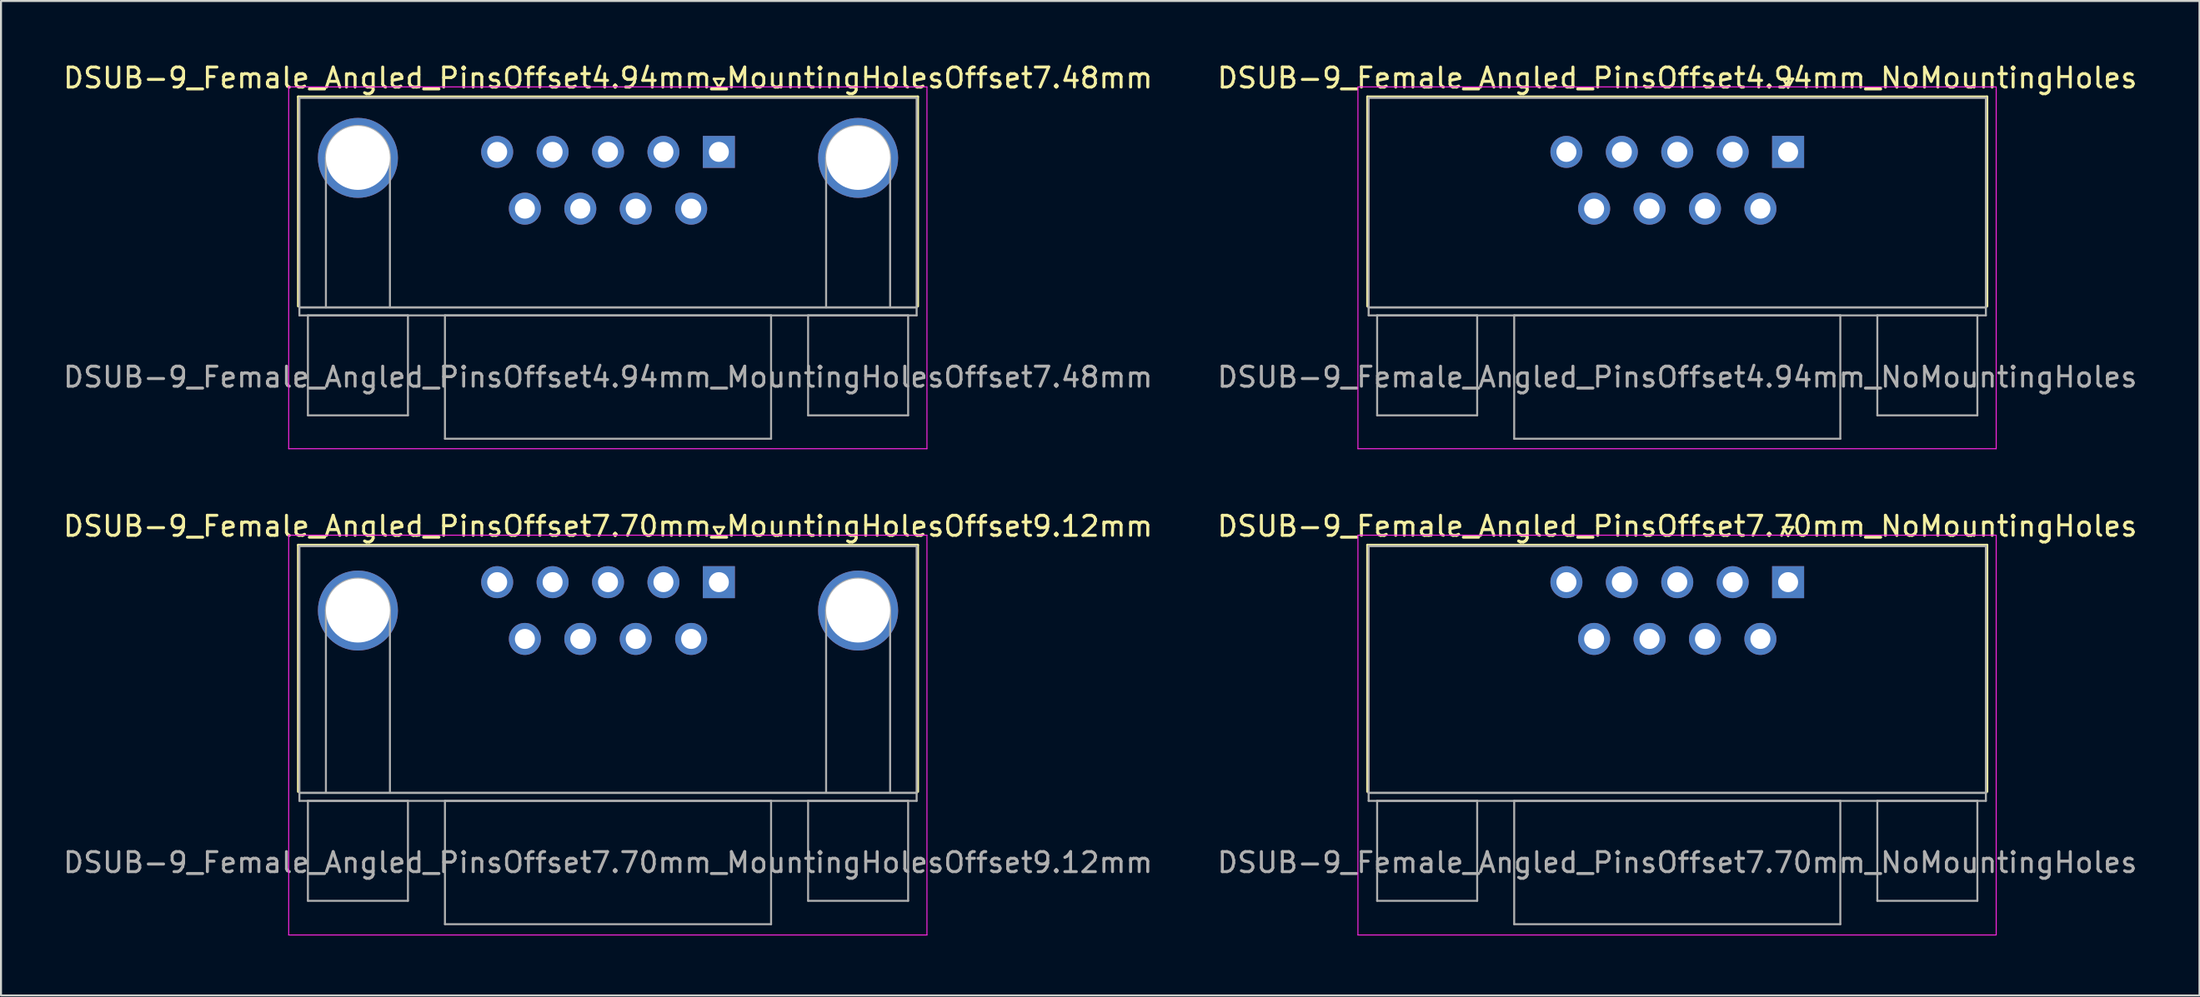
<source format=kicad_pcb>
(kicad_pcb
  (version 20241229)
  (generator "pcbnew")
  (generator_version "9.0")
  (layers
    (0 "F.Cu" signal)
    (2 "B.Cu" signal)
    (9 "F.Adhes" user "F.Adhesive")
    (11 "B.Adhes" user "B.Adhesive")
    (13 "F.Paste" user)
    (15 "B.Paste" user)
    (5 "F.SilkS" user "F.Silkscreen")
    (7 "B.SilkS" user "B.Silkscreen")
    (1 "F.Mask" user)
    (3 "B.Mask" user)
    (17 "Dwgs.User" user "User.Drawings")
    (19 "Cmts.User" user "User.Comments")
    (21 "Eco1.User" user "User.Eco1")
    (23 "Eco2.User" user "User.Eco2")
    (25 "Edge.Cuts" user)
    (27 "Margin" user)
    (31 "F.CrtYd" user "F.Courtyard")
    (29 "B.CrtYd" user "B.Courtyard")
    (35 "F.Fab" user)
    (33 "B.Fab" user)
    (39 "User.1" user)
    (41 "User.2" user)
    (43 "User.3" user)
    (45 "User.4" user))
  (footprint "DSUB-9_Female_Angled_PinsOffset4.94mm_NoMountingHoles"
    (layer "F.Cu")
    (at 86.32 4.548)
    (property "Reference" "DSUB-9_Female_Angled_PinsOffset4.94mm_NoMountingHoles" (at -5.54 -3.7 0) (layer "F.SilkS") (effects (font (size 1 1) (thickness 0.15))))
    (attr through_hole)
    (fp_line (start -21.025 -2.76) (end 9.945 -2.76) (stroke (width 0.12) (type solid)) (layer "F.SilkS"))
    (fp_line (start -21.025 7.72) (end -21.025 -2.76) (stroke (width 0.12) (type solid)) (layer "F.SilkS"))
    (fp_line (start -0.25 -3.654) (end 0.25 -3.654) (stroke (width 0.12) (type solid)) (layer "F.SilkS"))
    (fp_line (start 0 -3.221) (end -0.25 -3.654) (stroke (width 0.12) (type solid)) (layer "F.SilkS"))
    (fp_line (start 0.25 -3.654) (end 0 -3.221) (stroke (width 0.12) (type solid)) (layer "F.SilkS"))
    (fp_line (start 9.945 -2.76) (end 9.945 7.72) (stroke (width 0.12) (type solid)) (layer "F.SilkS"))
    (fp_line (start -21.5 -3.25) (end -21.5 14.85) (stroke (width 0.05) (type solid)) (layer "F.CrtYd"))
    (fp_line (start -21.5 14.85) (end 10.4 14.85) (stroke (width 0.05) (type solid)) (layer "F.CrtYd"))
    (fp_line (start 10.4 -3.25) (end -21.5 -3.25) (stroke (width 0.05) (type solid)) (layer "F.CrtYd"))
    (fp_line (start 10.4 14.85) (end 10.4 -3.25) (stroke (width 0.05) (type solid)) (layer "F.CrtYd"))
    (fp_line (start -20.965 -2.7) (end -20.965 7.78) (stroke (width 0.1) (type solid)) (layer "F.Fab"))
    (fp_line (start -20.965 7.78) (end -20.965 8.18) (stroke (width 0.1) (type solid)) (layer "F.Fab"))
    (fp_line (start -20.965 7.78) (end 9.885 7.78) (stroke (width 0.1) (type solid)) (layer "F.Fab"))
    (fp_line (start -20.965 8.18) (end 9.885 8.18) (stroke (width 0.1) (type solid)) (layer "F.Fab"))
    (fp_line (start -20.54 8.18) (end -20.54 13.18) (stroke (width 0.1) (type solid)) (layer "F.Fab"))
    (fp_line (start -20.54 13.18) (end -15.54 13.18) (stroke (width 0.1) (type solid)) (layer "F.Fab"))
    (fp_line (start -15.54 8.18) (end -20.54 8.18) (stroke (width 0.1) (type solid)) (layer "F.Fab"))
    (fp_line (start -15.54 13.18) (end -15.54 8.18) (stroke (width 0.1) (type solid)) (layer "F.Fab"))
    (fp_line (start -13.69 8.18) (end -13.69 14.35) (stroke (width 0.1) (type solid)) (layer "F.Fab"))
    (fp_line (start -13.69 14.35) (end 2.61 14.35) (stroke (width 0.1) (type solid)) (layer "F.Fab"))
    (fp_line (start 2.61 8.18) (end -13.69 8.18) (stroke (width 0.1) (type solid)) (layer "F.Fab"))
    (fp_line (start 2.61 14.35) (end 2.61 8.18) (stroke (width 0.1) (type solid)) (layer "F.Fab"))
    (fp_line (start 4.46 8.18) (end 4.46 13.18) (stroke (width 0.1) (type solid)) (layer "F.Fab"))
    (fp_line (start 4.46 13.18) (end 9.46 13.18) (stroke (width 0.1) (type solid)) (layer "F.Fab"))
    (fp_line (start 9.46 8.18) (end 4.46 8.18) (stroke (width 0.1) (type solid)) (layer "F.Fab"))
    (fp_line (start 9.46 13.18) (end 9.46 8.18) (stroke (width 0.1) (type solid)) (layer "F.Fab"))
    (fp_line (start 9.885 -2.7) (end -20.965 -2.7) (stroke (width 0.1) (type solid)) (layer "F.Fab"))
    (fp_line (start 9.885 7.78) (end -20.965 7.78) (stroke (width 0.1) (type solid)) (layer "F.Fab"))
    (fp_line (start 9.885 7.78) (end 9.885 -2.7) (stroke (width 0.1) (type solid)) (layer "F.Fab"))
    (fp_line (start 9.885 8.18) (end 9.885 7.78) (stroke (width 0.1) (type solid)) (layer "F.Fab"))
    (fp_text user "${REFERENCE}" (at -5.54 11.265 0) (layer "F.Fab") (effects (font (size 1 1) (thickness 0.15))))
    (pad "1" thru_hole rect (at 0 0) (size 1.6 1.6) (drill 1) (layers "*.Cu" "*.Mask"))
    (pad "2" thru_hole circle (at -2.77 0) (size 1.6 1.6) (drill 1) (layers "*.Cu" "*.Mask"))
    (pad "3" thru_hole circle (at -5.54 0) (size 1.6 1.6) (drill 1) (layers "*.Cu" "*.Mask"))
    (pad "4" thru_hole circle (at -8.31 0) (size 1.6 1.6) (drill 1) (layers "*.Cu" "*.Mask"))
    (pad "5" thru_hole circle (at -11.08 0) (size 1.6 1.6) (drill 1) (layers "*.Cu" "*.Mask"))
    (pad "6" thru_hole circle (at -1.385 2.84) (size 1.6 1.6) (drill 1) (layers "*.Cu" "*.Mask"))
    (pad "7" thru_hole circle (at -4.155 2.84) (size 1.6 1.6) (drill 1) (layers "*.Cu" "*.Mask"))
    (pad "8" thru_hole circle (at -6.925 2.84) (size 1.6 1.6) (drill 1) (layers "*.Cu" "*.Mask"))
    (pad "9" thru_hole circle (at -9.695 2.84) (size 1.6 1.6) (drill 1) (layers "*.Cu" "*.Mask")))
  (footprint "DSUB-9_Female_Angled_PinsOffset7.70mm_MountingHolesOffset9.12mm"
    (layer "F.Cu")
    (at 32.879 26.072)
    (property "Reference" "DSUB-9_Female_Angled_PinsOffset7.70mm_MountingHolesOffset9.12mm" (at -5.54 -2.8 0) (layer "F.SilkS") (effects (font (size 1 1) (thickness 0.15))))
    (attr through_hole)
    (fp_line (start -21.025 -1.86) (end 9.945 -1.86) (stroke (width 0.12) (type solid)) (layer "F.SilkS"))
    (fp_line (start -21.025 10.48) (end -21.025 -1.86) (stroke (width 0.12) (type solid)) (layer "F.SilkS"))
    (fp_line (start -0.25 -2.754) (end 0.25 -2.754) (stroke (width 0.12) (type solid)) (layer "F.SilkS"))
    (fp_line (start 0 -2.321) (end -0.25 -2.754) (stroke (width 0.12) (type solid)) (layer "F.SilkS"))
    (fp_line (start 0.25 -2.754) (end 0 -2.321) (stroke (width 0.12) (type solid)) (layer "F.SilkS"))
    (fp_line (start 9.945 -1.86) (end 9.945 10.48) (stroke (width 0.12) (type solid)) (layer "F.SilkS"))
    (fp_line (start -21.5 -2.35) (end -21.5 17.65) (stroke (width 0.05) (type solid)) (layer "F.CrtYd"))
    (fp_line (start -21.5 17.65) (end 10.4 17.65) (stroke (width 0.05) (type solid)) (layer "F.CrtYd"))
    (fp_line (start 10.4 -2.35) (end -21.5 -2.35) (stroke (width 0.05) (type solid)) (layer "F.CrtYd"))
    (fp_line (start 10.4 17.65) (end 10.4 -2.35) (stroke (width 0.05) (type solid)) (layer "F.CrtYd"))
    (fp_line (start -20.965 -1.8) (end -20.965 10.54) (stroke (width 0.1) (type solid)) (layer "F.Fab"))
    (fp_line (start -20.965 10.54) (end -20.965 10.94) (stroke (width 0.1) (type solid)) (layer "F.Fab"))
    (fp_line (start -20.965 10.54) (end 9.885 10.54) (stroke (width 0.1) (type solid)) (layer "F.Fab"))
    (fp_line (start -20.965 10.94) (end 9.885 10.94) (stroke (width 0.1) (type solid)) (layer "F.Fab"))
    (fp_line (start -20.54 10.94) (end -20.54 15.94) (stroke (width 0.1) (type solid)) (layer "F.Fab"))
    (fp_line (start -20.54 15.94) (end -15.54 15.94) (stroke (width 0.1) (type solid)) (layer "F.Fab"))
    (fp_line (start -19.64 10.54) (end -19.64 1.42) (stroke (width 0.1) (type solid)) (layer "F.Fab"))
    (fp_line (start -16.44 10.54) (end -16.44 1.42) (stroke (width 0.1) (type solid)) (layer "F.Fab"))
    (fp_line (start -15.54 10.94) (end -20.54 10.94) (stroke (width 0.1) (type solid)) (layer "F.Fab"))
    (fp_line (start -15.54 15.94) (end -15.54 10.94) (stroke (width 0.1) (type solid)) (layer "F.Fab"))
    (fp_line (start -13.69 10.94) (end -13.69 17.11) (stroke (width 0.1) (type solid)) (layer "F.Fab"))
    (fp_line (start -13.69 17.11) (end 2.61 17.11) (stroke (width 0.1) (type solid)) (layer "F.Fab"))
    (fp_line (start 2.61 10.94) (end -13.69 10.94) (stroke (width 0.1) (type solid)) (layer "F.Fab"))
    (fp_line (start 2.61 17.11) (end 2.61 10.94) (stroke (width 0.1) (type solid)) (layer "F.Fab"))
    (fp_line (start 4.46 10.94) (end 4.46 15.94) (stroke (width 0.1) (type solid)) (layer "F.Fab"))
    (fp_line (start 4.46 15.94) (end 9.46 15.94) (stroke (width 0.1) (type solid)) (layer "F.Fab"))
    (fp_line (start 5.36 10.54) (end 5.36 1.42) (stroke (width 0.1) (type solid)) (layer "F.Fab"))
    (fp_line (start 8.56 10.54) (end 8.56 1.42) (stroke (width 0.1) (type solid)) (layer "F.Fab"))
    (fp_line (start 9.46 10.94) (end 4.46 10.94) (stroke (width 0.1) (type solid)) (layer "F.Fab"))
    (fp_line (start 9.46 15.94) (end 9.46 10.94) (stroke (width 0.1) (type solid)) (layer "F.Fab"))
    (fp_line (start 9.885 -1.8) (end -20.965 -1.8) (stroke (width 0.1) (type solid)) (layer "F.Fab"))
    (fp_line (start 9.885 10.54) (end -20.965 10.54) (stroke (width 0.1) (type solid)) (layer "F.Fab"))
    (fp_line (start 9.885 10.54) (end 9.885 -1.8) (stroke (width 0.1) (type solid)) (layer "F.Fab"))
    (fp_line (start 9.885 10.94) (end 9.885 10.54) (stroke (width 0.1) (type solid)) (layer "F.Fab"))
    (fp_arc (start -19.64 1.42) (mid -18.04 -0.18) (end -16.44 1.42) (stroke (width 0.1) (type solid)) (layer "F.Fab"))
    (fp_arc (start 5.36 1.42) (mid 6.96 -0.18) (end 8.56 1.42) (stroke (width 0.1) (type solid)) (layer "F.Fab"))
    (fp_text user "${REFERENCE}" (at -5.54 14.025 0) (layer "F.Fab") (effects (font (size 1 1) (thickness 0.15))))
    (pad "0" thru_hole circle (at -18.04 1.42) (size 4 4) (drill 3.2) (layers "*.Cu" "*.Mask"))
    (pad "0" thru_hole circle (at 6.96 1.42) (size 4 4) (drill 3.2) (layers "*.Cu" "*.Mask"))
    (pad "1" thru_hole rect (at 0 0) (size 1.6 1.6) (drill 1) (layers "*.Cu" "*.Mask"))
    (pad "2" thru_hole circle (at -2.77 0) (size 1.6 1.6) (drill 1) (layers "*.Cu" "*.Mask"))
    (pad "3" thru_hole circle (at -5.54 0) (size 1.6 1.6) (drill 1) (layers "*.Cu" "*.Mask"))
    (pad "4" thru_hole circle (at -8.31 0) (size 1.6 1.6) (drill 1) (layers "*.Cu" "*.Mask"))
    (pad "5" thru_hole circle (at -11.08 0) (size 1.6 1.6) (drill 1) (layers "*.Cu" "*.Mask"))
    (pad "6" thru_hole circle (at -1.385 2.84) (size 1.6 1.6) (drill 1) (layers "*.Cu" "*.Mask"))
    (pad "7" thru_hole circle (at -4.155 2.84) (size 1.6 1.6) (drill 1) (layers "*.Cu" "*.Mask"))
    (pad "8" thru_hole circle (at -6.925 2.84) (size 1.6 1.6) (drill 1) (layers "*.Cu" "*.Mask"))
    (pad "9" thru_hole circle (at -9.695 2.84) (size 1.6 1.6) (drill 1) (layers "*.Cu" "*.Mask")))
  (footprint "DSUB-9_Female_Angled_PinsOffset7.70mm_NoMountingHoles"
    (layer "F.Cu")
    (at 86.32 26.072)
    (property "Reference" "DSUB-9_Female_Angled_PinsOffset7.70mm_NoMountingHoles" (at -5.54 -2.8 0) (layer "F.SilkS") (effects (font (size 1 1) (thickness 0.15))))
    (attr through_hole)
    (fp_line (start -21.025 -1.86) (end 9.945 -1.86) (stroke (width 0.12) (type solid)) (layer "F.SilkS"))
    (fp_line (start -21.025 10.48) (end -21.025 -1.86) (stroke (width 0.12) (type solid)) (layer "F.SilkS"))
    (fp_line (start -0.25 -2.754) (end 0.25 -2.754) (stroke (width 0.12) (type solid)) (layer "F.SilkS"))
    (fp_line (start 0 -2.321) (end -0.25 -2.754) (stroke (width 0.12) (type solid)) (layer "F.SilkS"))
    (fp_line (start 0.25 -2.754) (end 0 -2.321) (stroke (width 0.12) (type solid)) (layer "F.SilkS"))
    (fp_line (start 9.945 -1.86) (end 9.945 10.48) (stroke (width 0.12) (type solid)) (layer "F.SilkS"))
    (fp_line (start -21.5 -2.35) (end -21.5 17.65) (stroke (width 0.05) (type solid)) (layer "F.CrtYd"))
    (fp_line (start -21.5 17.65) (end 10.4 17.65) (stroke (width 0.05) (type solid)) (layer "F.CrtYd"))
    (fp_line (start 10.4 -2.35) (end -21.5 -2.35) (stroke (width 0.05) (type solid)) (layer "F.CrtYd"))
    (fp_line (start 10.4 17.65) (end 10.4 -2.35) (stroke (width 0.05) (type solid)) (layer "F.CrtYd"))
    (fp_line (start -20.965 -1.8) (end -20.965 10.54) (stroke (width 0.1) (type solid)) (layer "F.Fab"))
    (fp_line (start -20.965 10.54) (end -20.965 10.94) (stroke (width 0.1) (type solid)) (layer "F.Fab"))
    (fp_line (start -20.965 10.54) (end 9.885 10.54) (stroke (width 0.1) (type solid)) (layer "F.Fab"))
    (fp_line (start -20.965 10.94) (end 9.885 10.94) (stroke (width 0.1) (type solid)) (layer "F.Fab"))
    (fp_line (start -20.54 10.94) (end -20.54 15.94) (stroke (width 0.1) (type solid)) (layer "F.Fab"))
    (fp_line (start -20.54 15.94) (end -15.54 15.94) (stroke (width 0.1) (type solid)) (layer "F.Fab"))
    (fp_line (start -15.54 10.94) (end -20.54 10.94) (stroke (width 0.1) (type solid)) (layer "F.Fab"))
    (fp_line (start -15.54 15.94) (end -15.54 10.94) (stroke (width 0.1) (type solid)) (layer "F.Fab"))
    (fp_line (start -13.69 10.94) (end -13.69 17.11) (stroke (width 0.1) (type solid)) (layer "F.Fab"))
    (fp_line (start -13.69 17.11) (end 2.61 17.11) (stroke (width 0.1) (type solid)) (layer "F.Fab"))
    (fp_line (start 2.61 10.94) (end -13.69 10.94) (stroke (width 0.1) (type solid)) (layer "F.Fab"))
    (fp_line (start 2.61 17.11) (end 2.61 10.94) (stroke (width 0.1) (type solid)) (layer "F.Fab"))
    (fp_line (start 4.46 10.94) (end 4.46 15.94) (stroke (width 0.1) (type solid)) (layer "F.Fab"))
    (fp_line (start 4.46 15.94) (end 9.46 15.94) (stroke (width 0.1) (type solid)) (layer "F.Fab"))
    (fp_line (start 9.46 10.94) (end 4.46 10.94) (stroke (width 0.1) (type solid)) (layer "F.Fab"))
    (fp_line (start 9.46 15.94) (end 9.46 10.94) (stroke (width 0.1) (type solid)) (layer "F.Fab"))
    (fp_line (start 9.885 -1.8) (end -20.965 -1.8) (stroke (width 0.1) (type solid)) (layer "F.Fab"))
    (fp_line (start 9.885 10.54) (end -20.965 10.54) (stroke (width 0.1) (type solid)) (layer "F.Fab"))
    (fp_line (start 9.885 10.54) (end 9.885 -1.8) (stroke (width 0.1) (type solid)) (layer "F.Fab"))
    (fp_line (start 9.885 10.94) (end 9.885 10.54) (stroke (width 0.1) (type solid)) (layer "F.Fab"))
    (fp_text user "${REFERENCE}" (at -5.54 14.025 0) (layer "F.Fab") (effects (font (size 1 1) (thickness 0.15))))
    (pad "1" thru_hole rect (at 0 0) (size 1.6 1.6) (drill 1) (layers "*.Cu" "*.Mask"))
    (pad "2" thru_hole circle (at -2.77 0) (size 1.6 1.6) (drill 1) (layers "*.Cu" "*.Mask"))
    (pad "3" thru_hole circle (at -5.54 0) (size 1.6 1.6) (drill 1) (layers "*.Cu" "*.Mask"))
    (pad "4" thru_hole circle (at -8.31 0) (size 1.6 1.6) (drill 1) (layers "*.Cu" "*.Mask"))
    (pad "5" thru_hole circle (at -11.08 0) (size 1.6 1.6) (drill 1) (layers "*.Cu" "*.Mask"))
    (pad "6" thru_hole circle (at -1.385 2.84) (size 1.6 1.6) (drill 1) (layers "*.Cu" "*.Mask"))
    (pad "7" thru_hole circle (at -4.155 2.84) (size 1.6 1.6) (drill 1) (layers "*.Cu" "*.Mask"))
    (pad "8" thru_hole circle (at -6.925 2.84) (size 1.6 1.6) (drill 1) (layers "*.Cu" "*.Mask"))
    (pad "9" thru_hole circle (at -9.695 2.84) (size 1.6 1.6) (drill 1) (layers "*.Cu" "*.Mask")))
  (footprint "DSUB-9_Female_Angled_PinsOffset4.94mm_MountingHolesOffset7.48mm"
    (layer "F.Cu")
    (at 32.879 4.548)
    (property "Reference" "DSUB-9_Female_Angled_PinsOffset4.94mm_MountingHolesOffset7.48mm" (at -5.54 -3.7 0) (layer "F.SilkS") (effects (font (size 1 1) (thickness 0.15))))
    (attr through_hole)
    (fp_line (start -21.025 -2.76) (end 9.945 -2.76) (stroke (width 0.12) (type solid)) (layer "F.SilkS"))
    (fp_line (start -21.025 7.72) (end -21.025 -2.76) (stroke (width 0.12) (type solid)) (layer "F.SilkS"))
    (fp_line (start -0.25 -3.654) (end 0.25 -3.654) (stroke (width 0.12) (type solid)) (layer "F.SilkS"))
    (fp_line (start 0 -3.221) (end -0.25 -3.654) (stroke (width 0.12) (type solid)) (layer "F.SilkS"))
    (fp_line (start 0.25 -3.654) (end 0 -3.221) (stroke (width 0.12) (type solid)) (layer "F.SilkS"))
    (fp_line (start 9.945 -2.76) (end 9.945 7.72) (stroke (width 0.12) (type solid)) (layer "F.SilkS"))
    (fp_line (start -21.5 -3.25) (end -21.5 14.85) (stroke (width 0.05) (type solid)) (layer "F.CrtYd"))
    (fp_line (start -21.5 14.85) (end 10.4 14.85) (stroke (width 0.05) (type solid)) (layer "F.CrtYd"))
    (fp_line (start 10.4 -3.25) (end -21.5 -3.25) (stroke (width 0.05) (type solid)) (layer "F.CrtYd"))
    (fp_line (start 10.4 14.85) (end 10.4 -3.25) (stroke (width 0.05) (type solid)) (layer "F.CrtYd"))
    (fp_line (start -20.965 -2.7) (end -20.965 7.78) (stroke (width 0.1) (type solid)) (layer "F.Fab"))
    (fp_line (start -20.965 7.78) (end -20.965 8.18) (stroke (width 0.1) (type solid)) (layer "F.Fab"))
    (fp_line (start -20.965 7.78) (end 9.885 7.78) (stroke (width 0.1) (type solid)) (layer "F.Fab"))
    (fp_line (start -20.965 8.18) (end 9.885 8.18) (stroke (width 0.1) (type solid)) (layer "F.Fab"))
    (fp_line (start -20.54 8.18) (end -20.54 13.18) (stroke (width 0.1) (type solid)) (layer "F.Fab"))
    (fp_line (start -20.54 13.18) (end -15.54 13.18) (stroke (width 0.1) (type solid)) (layer "F.Fab"))
    (fp_line (start -19.64 7.78) (end -19.64 0.3) (stroke (width 0.1) (type solid)) (layer "F.Fab"))
    (fp_line (start -16.44 7.78) (end -16.44 0.3) (stroke (width 0.1) (type solid)) (layer "F.Fab"))
    (fp_line (start -15.54 8.18) (end -20.54 8.18) (stroke (width 0.1) (type solid)) (layer "F.Fab"))
    (fp_line (start -15.54 13.18) (end -15.54 8.18) (stroke (width 0.1) (type solid)) (layer "F.Fab"))
    (fp_line (start -13.69 8.18) (end -13.69 14.35) (stroke (width 0.1) (type solid)) (layer "F.Fab"))
    (fp_line (start -13.69 14.35) (end 2.61 14.35) (stroke (width 0.1) (type solid)) (layer "F.Fab"))
    (fp_line (start 2.61 8.18) (end -13.69 8.18) (stroke (width 0.1) (type solid)) (layer "F.Fab"))
    (fp_line (start 2.61 14.35) (end 2.61 8.18) (stroke (width 0.1) (type solid)) (layer "F.Fab"))
    (fp_line (start 4.46 8.18) (end 4.46 13.18) (stroke (width 0.1) (type solid)) (layer "F.Fab"))
    (fp_line (start 4.46 13.18) (end 9.46 13.18) (stroke (width 0.1) (type solid)) (layer "F.Fab"))
    (fp_line (start 5.36 7.78) (end 5.36 0.3) (stroke (width 0.1) (type solid)) (layer "F.Fab"))
    (fp_line (start 8.56 7.78) (end 8.56 0.3) (stroke (width 0.1) (type solid)) (layer "F.Fab"))
    (fp_line (start 9.46 8.18) (end 4.46 8.18) (stroke (width 0.1) (type solid)) (layer "F.Fab"))
    (fp_line (start 9.46 13.18) (end 9.46 8.18) (stroke (width 0.1) (type solid)) (layer "F.Fab"))
    (fp_line (start 9.885 -2.7) (end -20.965 -2.7) (stroke (width 0.1) (type solid)) (layer "F.Fab"))
    (fp_line (start 9.885 7.78) (end -20.965 7.78) (stroke (width 0.1) (type solid)) (layer "F.Fab"))
    (fp_line (start 9.885 7.78) (end 9.885 -2.7) (stroke (width 0.1) (type solid)) (layer "F.Fab"))
    (fp_line (start 9.885 8.18) (end 9.885 7.78) (stroke (width 0.1) (type solid)) (layer "F.Fab"))
    (fp_arc (start -19.64 0.3) (mid -18.04 -1.3) (end -16.44 0.3) (stroke (width 0.1) (type solid)) (layer "F.Fab"))
    (fp_arc (start 5.36 0.3) (mid 6.96 -1.3) (end 8.56 0.3) (stroke (width 0.1) (type solid)) (layer "F.Fab"))
    (fp_text user "${REFERENCE}" (at -5.54 11.265 0) (layer "F.Fab") (effects (font (size 1 1) (thickness 0.15))))
    (pad "0" thru_hole circle (at -18.04 0.3) (size 4 4) (drill 3.2) (layers "*.Cu" "*.Mask"))
    (pad "0" thru_hole circle (at 6.96 0.3) (size 4 4) (drill 3.2) (layers "*.Cu" "*.Mask"))
    (pad "1" thru_hole rect (at 0 0) (size 1.6 1.6) (drill 1) (layers "*.Cu" "*.Mask"))
    (pad "2" thru_hole circle (at -2.77 0) (size 1.6 1.6) (drill 1) (layers "*.Cu" "*.Mask"))
    (pad "3" thru_hole circle (at -5.54 0) (size 1.6 1.6) (drill 1) (layers "*.Cu" "*.Mask"))
    (pad "4" thru_hole circle (at -8.31 0) (size 1.6 1.6) (drill 1) (layers "*.Cu" "*.Mask"))
    (pad "5" thru_hole circle (at -11.08 0) (size 1.6 1.6) (drill 1) (layers "*.Cu" "*.Mask"))
    (pad "6" thru_hole circle (at -1.385 2.84) (size 1.6 1.6) (drill 1) (layers "*.Cu" "*.Mask"))
    (pad "7" thru_hole circle (at -4.155 2.84) (size 1.6 1.6) (drill 1) (layers "*.Cu" "*.Mask"))
    (pad "8" thru_hole circle (at -6.925 2.84) (size 1.6 1.6) (drill 1) (layers "*.Cu" "*.Mask"))
    (pad "9" thru_hole circle (at -9.695 2.84) (size 1.6 1.6) (drill 1) (layers "*.Cu" "*.Mask")))
  (gr_rect
    (start -3 -3)
    (end 106.881 46.746)
    (stroke (width 0.1) (type default))
    (fill no)
    (layer "Edge.Cuts")))
</source>
